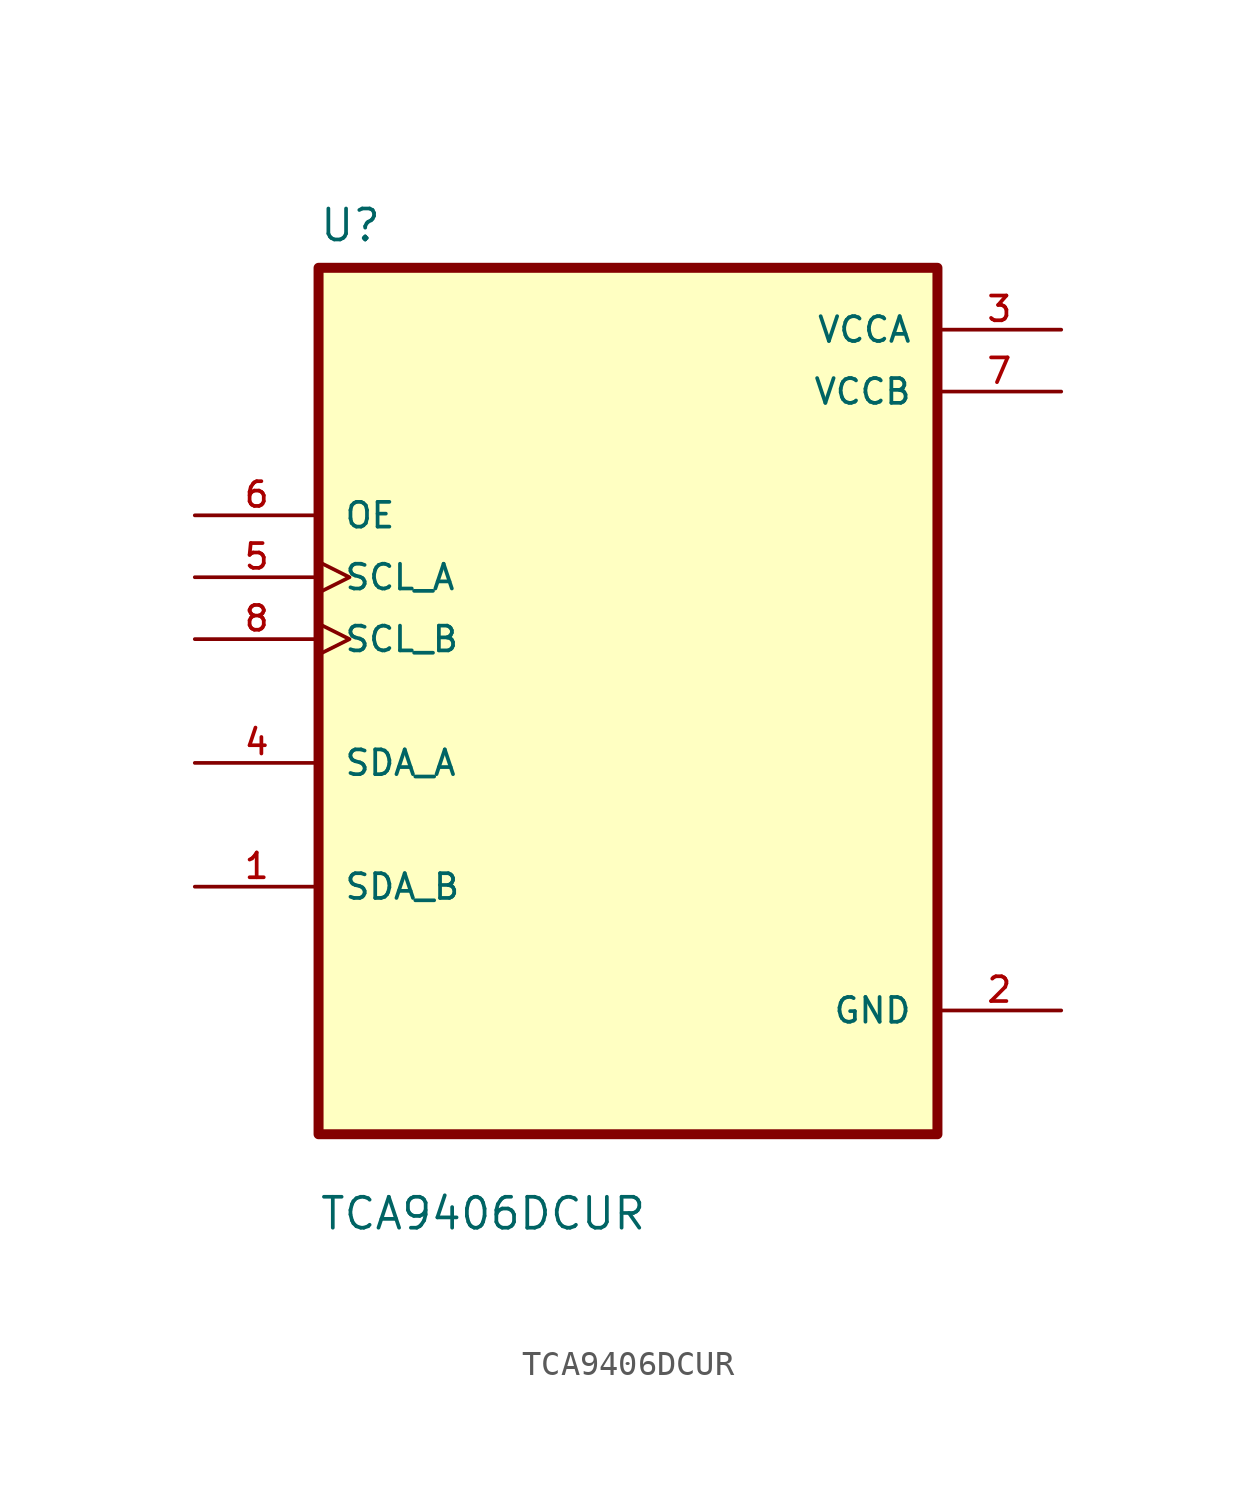
<source format=kicad_sym>
(kicad_symbol_lib
  (version 20211014)
  (generator kicad_symbol_editor)
  (symbol "TCA9406DCUR"
    (pin_names
      (offset 1.016))
    (property "Reference" "U"
      (at -12.7 18.78 0.0)
      (effects (font (size 1.27 1.27)) (justify bottom left)))
    (property "Value" "TCA9406DCUR"
      (at -12.7 -21.78 0.0)
      (effects (font (size 1.27 1.27)) (justify bottom left)))
    (symbol "TCA9406DCUR_0_0"
      (rectangle (start -12.7 -17.78) (end 12.7 17.78) (stroke (width 0.41)) (fill (type background)))
      (pin input line (at -17.78 7.62 0) (length 5.08) (name "OE" (effects (font (size 1.016 1.016)))) (number "6" (effects (font (size 1.016 1.016)))))
      (pin input clock (at -17.78 5.08 0) (length 5.08) (name "SCL_A" (effects (font (size 1.016 1.016)))) (number "5" (effects (font (size 1.016 1.016)))))
      (pin input clock (at -17.78 2.54 0) (length 5.08) (name "SCL_B" (effects (font (size 1.016 1.016)))) (number "8" (effects (font (size 1.016 1.016)))))
      (pin bidirectional line (at -17.78 -2.54 0) (length 5.08) (name "SDA_A" (effects (font (size 1.016 1.016)))) (number "4" (effects (font (size 1.016 1.016)))))
      (pin bidirectional line (at -17.78 -7.62 0) (length 5.08) (name "SDA_B" (effects (font (size 1.016 1.016)))) (number "1" (effects (font (size 1.016 1.016)))))
      (pin power_in line (at 17.78 15.24 180.0) (length 5.08) (name "VCCA" (effects (font (size 1.016 1.016)))) (number "3" (effects (font (size 1.016 1.016)))))
      (pin power_in line (at 17.78 12.7 180.0) (length 5.08) (name "VCCB" (effects (font (size 1.016 1.016)))) (number "7" (effects (font (size 1.016 1.016)))))
      (pin power_in line (at 17.78 -12.7 180.0) (length 5.08) (name "GND" (effects (font (size 1.016 1.016)))) (number "2" (effects (font (size 1.016 1.016))))))))
</source>
